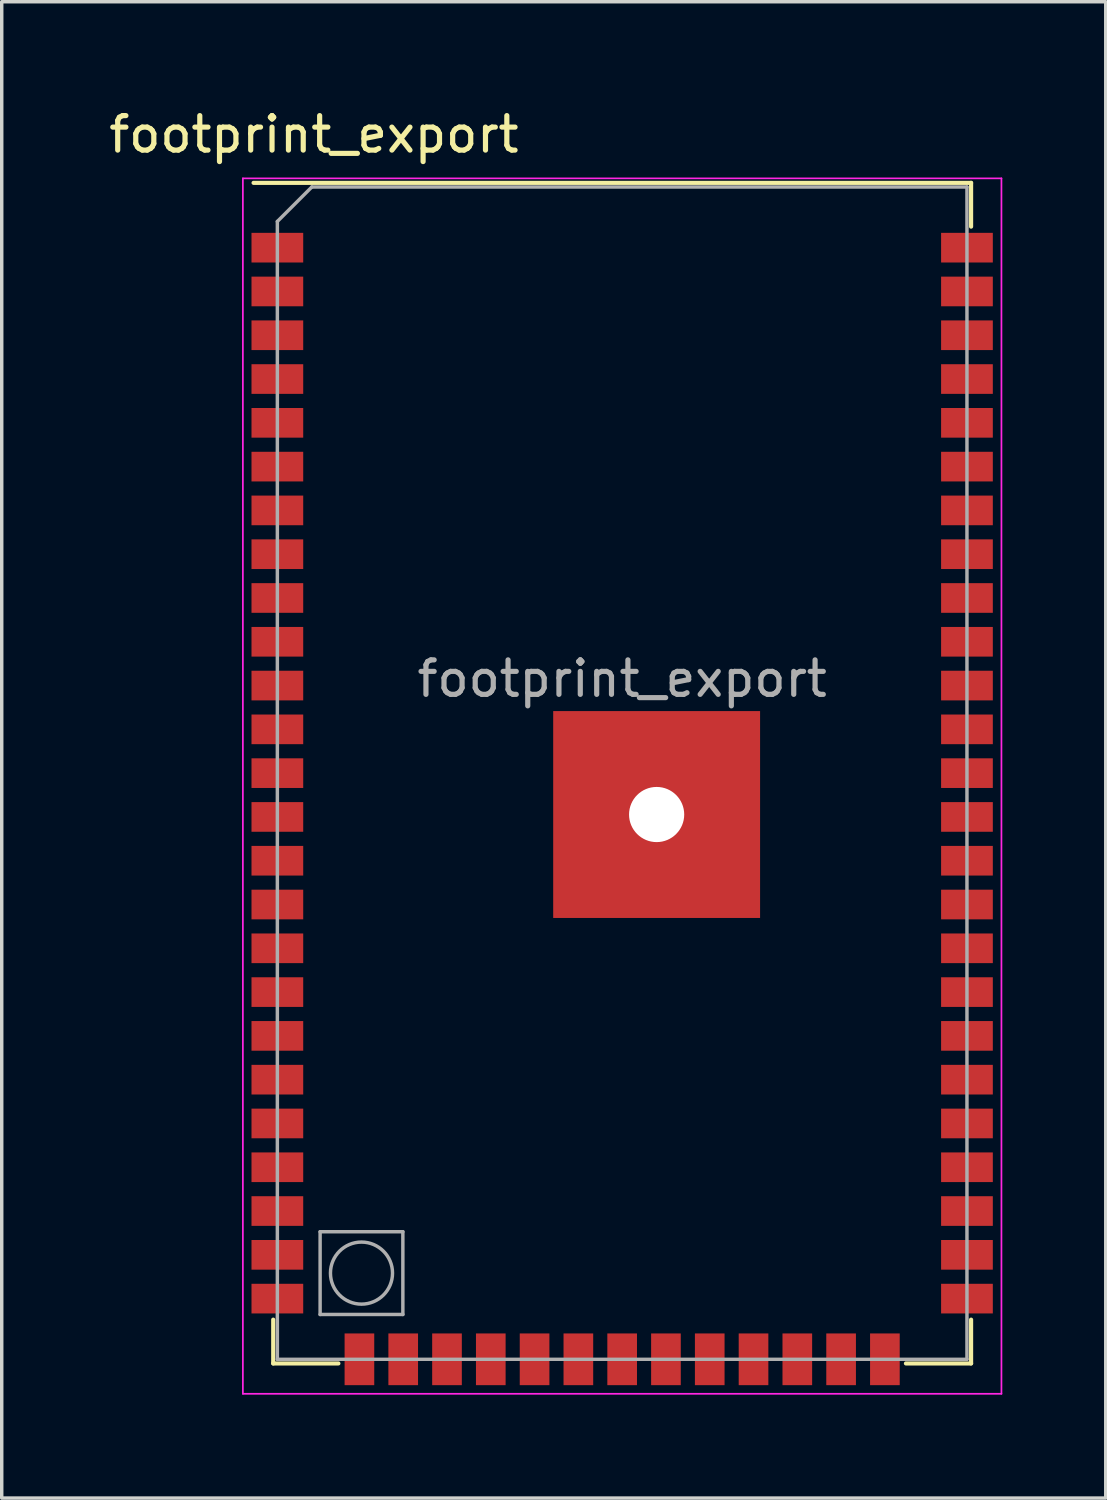
<source format=kicad_pcb>
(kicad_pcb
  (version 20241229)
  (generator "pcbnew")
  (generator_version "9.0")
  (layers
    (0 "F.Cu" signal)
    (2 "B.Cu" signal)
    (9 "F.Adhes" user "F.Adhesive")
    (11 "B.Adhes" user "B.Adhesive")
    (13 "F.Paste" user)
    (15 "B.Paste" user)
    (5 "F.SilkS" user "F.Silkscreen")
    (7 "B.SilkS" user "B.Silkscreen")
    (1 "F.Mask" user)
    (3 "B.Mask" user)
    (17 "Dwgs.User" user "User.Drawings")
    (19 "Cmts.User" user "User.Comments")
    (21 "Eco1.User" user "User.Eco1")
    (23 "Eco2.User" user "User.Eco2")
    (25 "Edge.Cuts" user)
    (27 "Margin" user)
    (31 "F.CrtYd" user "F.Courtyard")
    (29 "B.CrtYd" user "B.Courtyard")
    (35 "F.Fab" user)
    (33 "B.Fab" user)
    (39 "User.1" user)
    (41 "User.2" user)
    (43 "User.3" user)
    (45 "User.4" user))
  (footprint "footprint_export"
    (layer "F.Cu")
    (at 14.994 19.373)
    (property "Reference" "footprint_export" (at -8.94 -18.525 0) (layer "F.SilkS") (effects (font (size 1 1) (thickness 0.15))))
    (attr smd)
    (fp_line (start -10.12 15.85) (end -10.12 17.12) (stroke (width 0.12) (type solid)) (layer "F.SilkS"))
    (fp_line (start -10.12 17.12) (end -8.23 17.12) (stroke (width 0.12) (type solid)) (layer "F.SilkS"))
    (fp_line (start 8.23 17.12) (end 10.12 17.12) (stroke (width 0.12) (type solid)) (layer "F.SilkS"))
    (fp_line (start 10.12 -17.12) (end -10.69 -17.12) (stroke (width 0.12) (type solid)) (layer "F.SilkS"))
    (fp_line (start 10.12 -17.12) (end 10.12 -15.85) (stroke (width 0.12) (type solid)) (layer "F.SilkS"))
    (fp_line (start 10.12 15.85) (end 10.12 17.12) (stroke (width 0.12) (type solid)) (layer "F.SilkS"))
    (fp_line (start -11 -17.25) (end -11 18) (stroke (width 0.05) (type solid)) (layer "F.CrtYd"))
    (fp_line (start -11 18) (end 11 18) (stroke (width 0.05) (type solid)) (layer "F.CrtYd"))
    (fp_line (start 11 -17.25) (end -11 -17.25) (stroke (width 0.05) (type solid)) (layer "F.CrtYd"))
    (fp_line (start 11 18) (end 11 -17.25) (stroke (width 0.05) (type solid)) (layer "F.CrtYd"))
    (fp_line (start -10 -16) (end -10 17) (stroke (width 0.1) (type solid)) (layer "F.Fab"))
    (fp_line (start -10 -16) (end -9 -17) (stroke (width 0.1) (type solid)) (layer "F.Fab"))
    (fp_line (start -10 17) (end 10 17) (stroke (width 0.1) (type solid)) (layer "F.Fab"))
    (fp_line (start -8.76 13.3) (end -8.76 15.7) (stroke (width 0.1) (type solid)) (layer "F.Fab"))
    (fp_line (start -8.76 15.7) (end -6.36 15.7) (stroke (width 0.1) (type solid)) (layer "F.Fab"))
    (fp_line (start -6.36 13.3) (end -8.76 13.3) (stroke (width 0.1) (type solid)) (layer "F.Fab"))
    (fp_line (start -6.36 15.7) (end -6.36 13.3) (stroke (width 0.1) (type solid)) (layer "F.Fab"))
    (fp_line (start 10 -17) (end -9 -17) (stroke (width 0.1) (type solid)) (layer "F.Fab"))
    (fp_line (start 10 17) (end 10 -17) (stroke (width 0.1) (type solid)) (layer "F.Fab"))
    (fp_circle (center -7.56 14.5) (end -6.66 14.5) (stroke (width 0.1) (type solid)) (fill no) (layer "F.Fab"))
    (fp_text user "${REFERENCE}" (at 0 -2.74 0) (layer "F.Fab") (effects (font (size 1 1) (thickness 0.15))))
    (pad "" smd roundrect (at -1.333 -1.123) (size 1 1) (layers "F.Paste") (roundrect_rratio 0.25))
    (pad "" smd roundrect (at -1.333 0.041) (size 1 1) (layers "F.Paste") (roundrect_rratio 0.25))
    (pad "" smd roundrect (at -1.333 1.205) (size 1 1) (layers "F.Paste") (roundrect_rratio 0.25))
    (pad "" smd roundrect (at -1.333 2.369) (size 1 1) (layers "F.Paste") (roundrect_rratio 0.25))
    (pad "" smd roundrect (at -1.333 3.533) (size 1 1) (layers "F.Paste") (roundrect_rratio 0.25))
    (pad "" smd roundrect (at -0.167 -1.123) (size 1 1) (layers "F.Paste") (roundrect_rratio 0.25))
    (pad "" smd roundrect (at -0.167 0.041) (size 1 1) (layers "F.Paste") (roundrect_rratio 0.25))
    (pad "" smd roundrect (at -0.167 1.205) (size 1 1) (layers "F.Paste") (roundrect_rratio 0.25))
    (pad "" smd roundrect (at -0.167 2.369) (size 1 1) (layers "F.Paste") (roundrect_rratio 0.25))
    (pad "" smd roundrect (at -0.167 3.533) (size 1 1) (layers "F.Paste") (roundrect_rratio 0.25))
    (pad "" smd roundrect (at 0.999 -1.123) (size 1 1) (layers "F.Paste") (roundrect_rratio 0.25))
    (pad "" smd roundrect (at 0.999 0.041) (size 1 1) (layers "F.Paste") (roundrect_rratio 0.25))
    (pad "" smd roundrect (at 0.999 1.205) (size 1 1) (layers "F.Paste") (roundrect_rratio 0.25))
    (pad "" smd roundrect (at 0.999 2.369) (size 1 1) (layers "F.Paste") (roundrect_rratio 0.25))
    (pad "" smd roundrect (at 0.999 3.533) (size 1 1) (layers "F.Paste") (roundrect_rratio 0.25))
    (pad "" np_thru_hole circle (at 1 1.2) (size 1.6 1.6) (drill 1.6) (layers "*.Cu" "*.Mask"))
    (pad "" smd roundrect (at 2.164 -1.123) (size 1 1) (layers "F.Paste") (roundrect_rratio 0.25))
    (pad "" smd roundrect (at 2.164 0.041) (size 1 1) (layers "F.Paste") (roundrect_rratio 0.25))
    (pad "" smd roundrect (at 2.164 1.205) (size 1 1) (layers "F.Paste") (roundrect_rratio 0.25))
    (pad "" smd roundrect (at 2.164 2.369) (size 1 1) (layers "F.Paste") (roundrect_rratio 0.25))
    (pad "" smd roundrect (at 2.164 3.533) (size 1 1) (layers "F.Paste") (roundrect_rratio 0.25))
    (pad "" smd roundrect (at 3.33 -1.123) (size 1 1) (layers "F.Paste") (roundrect_rratio 0.25))
    (pad "" smd roundrect (at 3.33 0.041) (size 1 1) (layers "F.Paste") (roundrect_rratio 0.25))
    (pad "" smd roundrect (at 3.33 1.205) (size 1 1) (layers "F.Paste") (roundrect_rratio 0.25))
    (pad "" smd roundrect (at 3.33 2.369) (size 1 1) (layers "F.Paste") (roundrect_rratio 0.25))
    (pad "" smd roundrect (at 3.33 3.533) (size 1 1) (layers "F.Paste") (roundrect_rratio 0.25))
    (pad "1" smd rect (at -10 -15.24) (size 1.5 0.86) (layers "F.Cu" "F.Mask" "F.Paste"))
    (pad "2" smd rect (at -10 -13.97) (size 1.5 0.86) (layers "F.Cu" "F.Mask" "F.Paste"))
    (pad "3" smd rect (at -10 -12.7) (size 1.5 0.86) (layers "F.Cu" "F.Mask" "F.Paste"))
    (pad "4" smd rect (at -10 -11.43) (size 1.5 0.86) (layers "F.Cu" "F.Mask" "F.Paste"))
    (pad "5" smd rect (at -10 -10.16) (size 1.5 0.86) (layers "F.Cu" "F.Mask" "F.Paste"))
    (pad "6" smd rect (at -10 -8.89) (size 1.5 0.86) (layers "F.Cu" "F.Mask" "F.Paste"))
    (pad "7" smd rect (at -10 -7.62) (size 1.5 0.86) (layers "F.Cu" "F.Mask" "F.Paste"))
    (pad "8" smd rect (at -10 -6.35) (size 1.5 0.86) (layers "F.Cu" "F.Mask" "F.Paste"))
    (pad "9" smd rect (at -10 -5.08) (size 1.5 0.86) (layers "F.Cu" "F.Mask" "F.Paste"))
    (pad "10" smd rect (at -10 -3.81) (size 1.5 0.86) (layers "F.Cu" "F.Mask" "F.Paste"))
    (pad "11" smd rect (at -10 -2.54) (size 1.5 0.86) (layers "F.Cu" "F.Mask" "F.Paste"))
    (pad "12" smd rect (at -10 -1.27) (size 1.5 0.86) (layers "F.Cu" "F.Mask" "F.Paste"))
    (pad "13" smd rect (at -10 0) (size 1.5 0.86) (layers "F.Cu" "F.Mask" "F.Paste"))
    (pad "14" smd rect (at -10 1.27) (size 1.5 0.86) (layers "F.Cu" "F.Mask" "F.Paste"))
    (pad "15" smd rect (at -10 2.54) (size 1.5 0.86) (layers "F.Cu" "F.Mask" "F.Paste"))
    (pad "16" smd rect (at -10 3.81) (size 1.5 0.86) (layers "F.Cu" "F.Mask" "F.Paste"))
    (pad "17" smd rect (at -10 5.08) (size 1.5 0.86) (layers "F.Cu" "F.Mask" "F.Paste"))
    (pad "18" smd rect (at -10 6.35) (size 1.5 0.86) (layers "F.Cu" "F.Mask" "F.Paste"))
    (pad "19" smd rect (at -10 7.62) (size 1.5 0.86) (layers "F.Cu" "F.Mask" "F.Paste"))
    (pad "20" smd rect (at -10 8.89) (size 1.5 0.86) (layers "F.Cu" "F.Mask" "F.Paste"))
    (pad "21" smd rect (at -10 10.16) (size 1.5 0.86) (layers "F.Cu" "F.Mask" "F.Paste"))
    (pad "22" smd rect (at -10 11.43) (size 1.5 0.86) (layers "F.Cu" "F.Mask" "F.Paste"))
    (pad "23" smd rect (at -10 12.7) (size 1.5 0.86) (layers "F.Cu" "F.Mask" "F.Paste"))
    (pad "24" smd rect (at -10 13.97) (size 1.5 0.86) (layers "F.Cu" "F.Mask" "F.Paste"))
    (pad "25" smd rect (at -10 15.24) (size 1.5 0.86) (layers "F.Cu" "F.Mask" "F.Paste"))
    (pad "26" smd rect (at -7.62 17) (size 0.86 1.5) (layers "F.Cu" "F.Mask" "F.Paste"))
    (pad "27" smd rect (at -6.35 17) (size 0.86 1.5) (layers "F.Cu" "F.Mask" "F.Paste"))
    (pad "28" smd rect (at -5.08 17) (size 0.86 1.5) (layers "F.Cu" "F.Mask" "F.Paste"))
    (pad "29" smd rect (at -3.81 17) (size 0.86 1.5) (layers "F.Cu" "F.Mask" "F.Paste"))
    (pad "30" smd rect (at -2.54 17) (size 0.86 1.5) (layers "F.Cu" "F.Mask" "F.Paste"))
    (pad "31" smd rect (at -1.27 17) (size 0.86 1.5) (layers "F.Cu" "F.Mask" "F.Paste"))
    (pad "32" smd rect (at 0 17) (size 0.86 1.5) (layers "F.Cu" "F.Mask" "F.Paste"))
    (pad "33" smd rect (at 1.27 17) (size 0.86 1.5) (layers "F.Cu" "F.Mask" "F.Paste"))
    (pad "34" smd rect (at 2.54 17) (size 0.86 1.5) (layers "F.Cu" "F.Mask" "F.Paste"))
    (pad "35" smd rect (at 3.81 17) (size 0.86 1.5) (layers "F.Cu" "F.Mask" "F.Paste"))
    (pad "36" smd rect (at 5.08 17) (size 0.86 1.5) (layers "F.Cu" "F.Mask" "F.Paste"))
    (pad "37" smd rect (at 6.35 17) (size 0.86 1.5) (layers "F.Cu" "F.Mask" "F.Paste"))
    (pad "38" smd rect (at 7.62 17) (size 0.86 1.5) (layers "F.Cu" "F.Mask" "F.Paste"))
    (pad "39" smd rect (at 10 15.24) (size 1.5 0.86) (layers "F.Cu" "F.Mask" "F.Paste"))
    (pad "40" smd rect (at 10 13.97) (size 1.5 0.86) (layers "F.Cu" "F.Mask" "F.Paste"))
    (pad "41" smd rect (at 10 12.7) (size 1.5 0.86) (layers "F.Cu" "F.Mask" "F.Paste"))
    (pad "42" smd rect (at 10 11.43) (size 1.5 0.86) (layers "F.Cu" "F.Mask" "F.Paste"))
    (pad "43" smd rect (at 10 10.16) (size 1.5 0.86) (layers "F.Cu" "F.Mask" "F.Paste"))
    (pad "44" smd rect (at 10 8.89) (size 1.5 0.86) (layers "F.Cu" "F.Mask" "F.Paste"))
    (pad "45" smd rect (at 10 7.62) (size 1.5 0.86) (layers "F.Cu" "F.Mask" "F.Paste"))
    (pad "46" smd rect (at 10 6.35) (size 1.5 0.86) (layers "F.Cu" "F.Mask" "F.Paste"))
    (pad "47" smd rect (at 10 5.08) (size 1.5 0.86) (layers "F.Cu" "F.Mask" "F.Paste"))
    (pad "48" smd rect (at 10 3.81) (size 1.5 0.86) (layers "F.Cu" "F.Mask" "F.Paste"))
    (pad "49" smd rect (at 10 2.54) (size 1.5 0.86) (layers "F.Cu" "F.Mask" "F.Paste"))
    (pad "50" smd rect (at 10 1.27) (size 1.5 0.86) (layers "F.Cu" "F.Mask" "F.Paste"))
    (pad "51" smd rect (at 10 0) (size 1.5 0.86) (layers "F.Cu" "F.Mask" "F.Paste"))
    (pad "52" smd rect (at 10 -1.27) (size 1.5 0.86) (layers "F.Cu" "F.Mask" "F.Paste"))
    (pad "53" smd rect (at 10 -2.54) (size 1.5 0.86) (layers "F.Cu" "F.Mask" "F.Paste"))
    (pad "54" smd rect (at 10 -3.81) (size 1.5 0.86) (layers "F.Cu" "F.Mask" "F.Paste"))
    (pad "55" smd rect (at 10 -5.08) (size 1.5 0.86) (layers "F.Cu" "F.Mask" "F.Paste"))
    (pad "56" smd rect (at 10 -6.35) (size 1.5 0.86) (layers "F.Cu" "F.Mask" "F.Paste"))
    (pad "57" smd rect (at 10 -7.62) (size 1.5 0.86) (layers "F.Cu" "F.Mask" "F.Paste"))
    (pad "58" smd rect (at 10 -8.89) (size 1.5 0.86) (layers "F.Cu" "F.Mask" "F.Paste"))
    (pad "59" smd rect (at 10 -10.16) (size 1.5 0.86) (layers "F.Cu" "F.Mask" "F.Paste"))
    (pad "60" smd rect (at 10 -11.43) (size 1.5 0.86) (layers "F.Cu" "F.Mask" "F.Paste"))
    (pad "61" smd rect (at 10 -12.7) (size 1.5 0.86) (layers "F.Cu" "F.Mask" "F.Paste"))
    (pad "62" smd rect (at 10 -13.97) (size 1.5 0.86) (layers "F.Cu" "F.Mask" "F.Paste"))
    (pad "63" smd rect (at 10 -15.24) (size 1.5 0.86) (layers "F.Cu" "F.Mask" "F.Paste"))
    (pad "64" smd rect (at 1 1.2) (size 6 6) (layers "F.Cu" "F.Mask")))
  (gr_rect
    (start -3 -3)
    (end 29.019 40.398)
    (stroke (width 0.1) (type default))
    (fill no)
    (layer "Edge.Cuts")))
</source>
